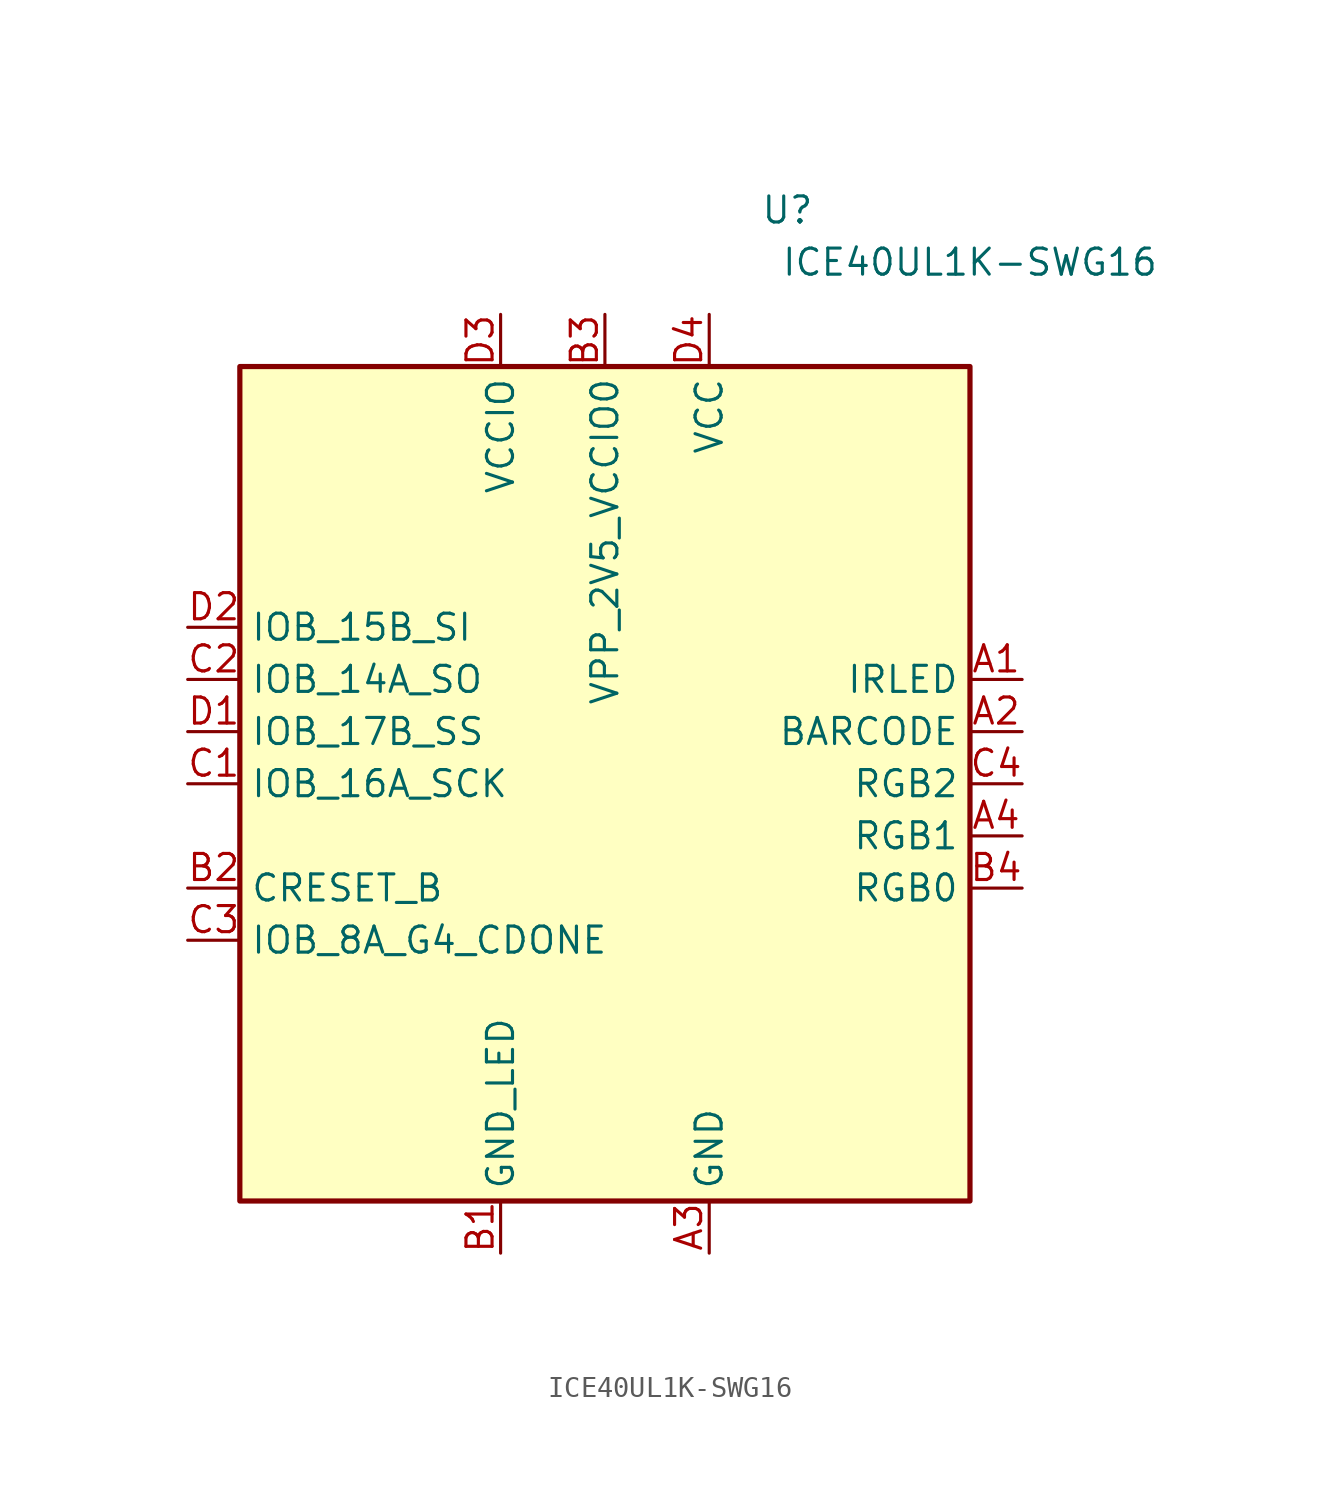
<source format=kicad_sym>
(kicad_symbol_lib
  (version 20241209)
  (generator "kicad_symbol_editor")
  (generator_version "9.0")
  (symbol "ICE40UL1K-SWG16"
    (property "Reference" "U"
      (at 8.89 27.94 0)
      (effects (font (size 1.27 1.27))))
    (property "Value" "ICE40UL1K-SWG16"
      (at 17.78 25.4 0)
      (effects (font (size 1.27 1.27))))
    (symbol "ICE40UL1K-SWG16_0_1"
      (rectangle (start -17.78 20.32) (end 17.78 -20.32) (stroke (width 0.254) (type default)) (fill (type background))))
    (symbol "ICE40UL1K-SWG16_1_1"
      (pin bidirectional line (at -20.32 7.62 0) (length 2.54) (name "IOB_15B_SI" (effects (font (size 1.27 1.27)))) (number "D2" (effects (font (size 1.27 1.27)))))
      (pin bidirectional line (at -20.32 5.08 0) (length 2.54) (name "IOB_14A_SO" (effects (font (size 1.27 1.27)))) (number "C2" (effects (font (size 1.27 1.27)))))
      (pin bidirectional line (at -20.32 2.54 0) (length 2.54) (name "IOB_17B_SS" (effects (font (size 1.27 1.27)))) (number "D1" (effects (font (size 1.27 1.27)))))
      (pin bidirectional line (at -20.32 0 0) (length 2.54) (name "IOB_16A_SCK" (effects (font (size 1.27 1.27)))) (number "C1" (effects (font (size 1.27 1.27)))))
      (pin input line (at -20.32 -5.08 0) (length 2.54) (name "CRESET_B" (effects (font (size 1.27 1.27)))) (number "B2" (effects (font (size 1.27 1.27)))))
      (pin bidirectional line (at -20.32 -7.62 0) (length 2.54) (name "IOB_8A_G4_CDONE" (effects (font (size 1.27 1.27)))) (number "C3" (effects (font (size 1.27 1.27)))))
      (pin power_in line (at -5.08 22.86 270) (length 2.54) (name "VCCIO" (effects (font (size 1.27 1.27)))) (number "D3" (effects (font (size 1.27 1.27)))))
      (pin power_in line (at -5.08 -22.86 90) (length 2.54) (name "GND_LED" (effects (font (size 1.27 1.27)))) (number "B1" (effects (font (size 1.27 1.27)))))
      (pin power_in line (at 0 22.86 270) (length 2.54) (name "VPP_2V5_VCCIO0" (effects (font (size 1.27 1.27)))) (number "B3" (effects (font (size 1.27 1.27)))))
      (pin power_in line (at 5.08 22.86 270) (length 2.54) (name "VCC" (effects (font (size 1.27 1.27)))) (number "D4" (effects (font (size 1.27 1.27)))))
      (pin power_in line (at 5.08 -22.86 90) (length 2.54) (name "GND" (effects (font (size 1.27 1.27)))) (number "A3" (effects (font (size 1.27 1.27)))))
      (pin bidirectional line (at 20.32 5.08 180) (length 2.54) (name "IRLED" (effects (font (size 1.27 1.27)))) (number "A1" (effects (font (size 1.27 1.27)))))
      (pin bidirectional line (at 20.32 2.54 180) (length 2.54) (name "BARCODE" (effects (font (size 1.27 1.27)))) (number "A2" (effects (font (size 1.27 1.27)))))
      (pin bidirectional line (at 20.32 0 180) (length 2.54) (name "RGB2" (effects (font (size 1.27 1.27)))) (number "C4" (effects (font (size 1.27 1.27)))))
      (pin bidirectional line (at 20.32 -2.54 180) (length 2.54) (name "RGB1" (effects (font (size 1.27 1.27)))) (number "A4" (effects (font (size 1.27 1.27)))))
      (pin bidirectional line (at 20.32 -5.08 180) (length 2.54) (name "RGB0" (effects (font (size 1.27 1.27)))) (number "B4" (effects (font (size 1.27 1.27))))))))
</source>
